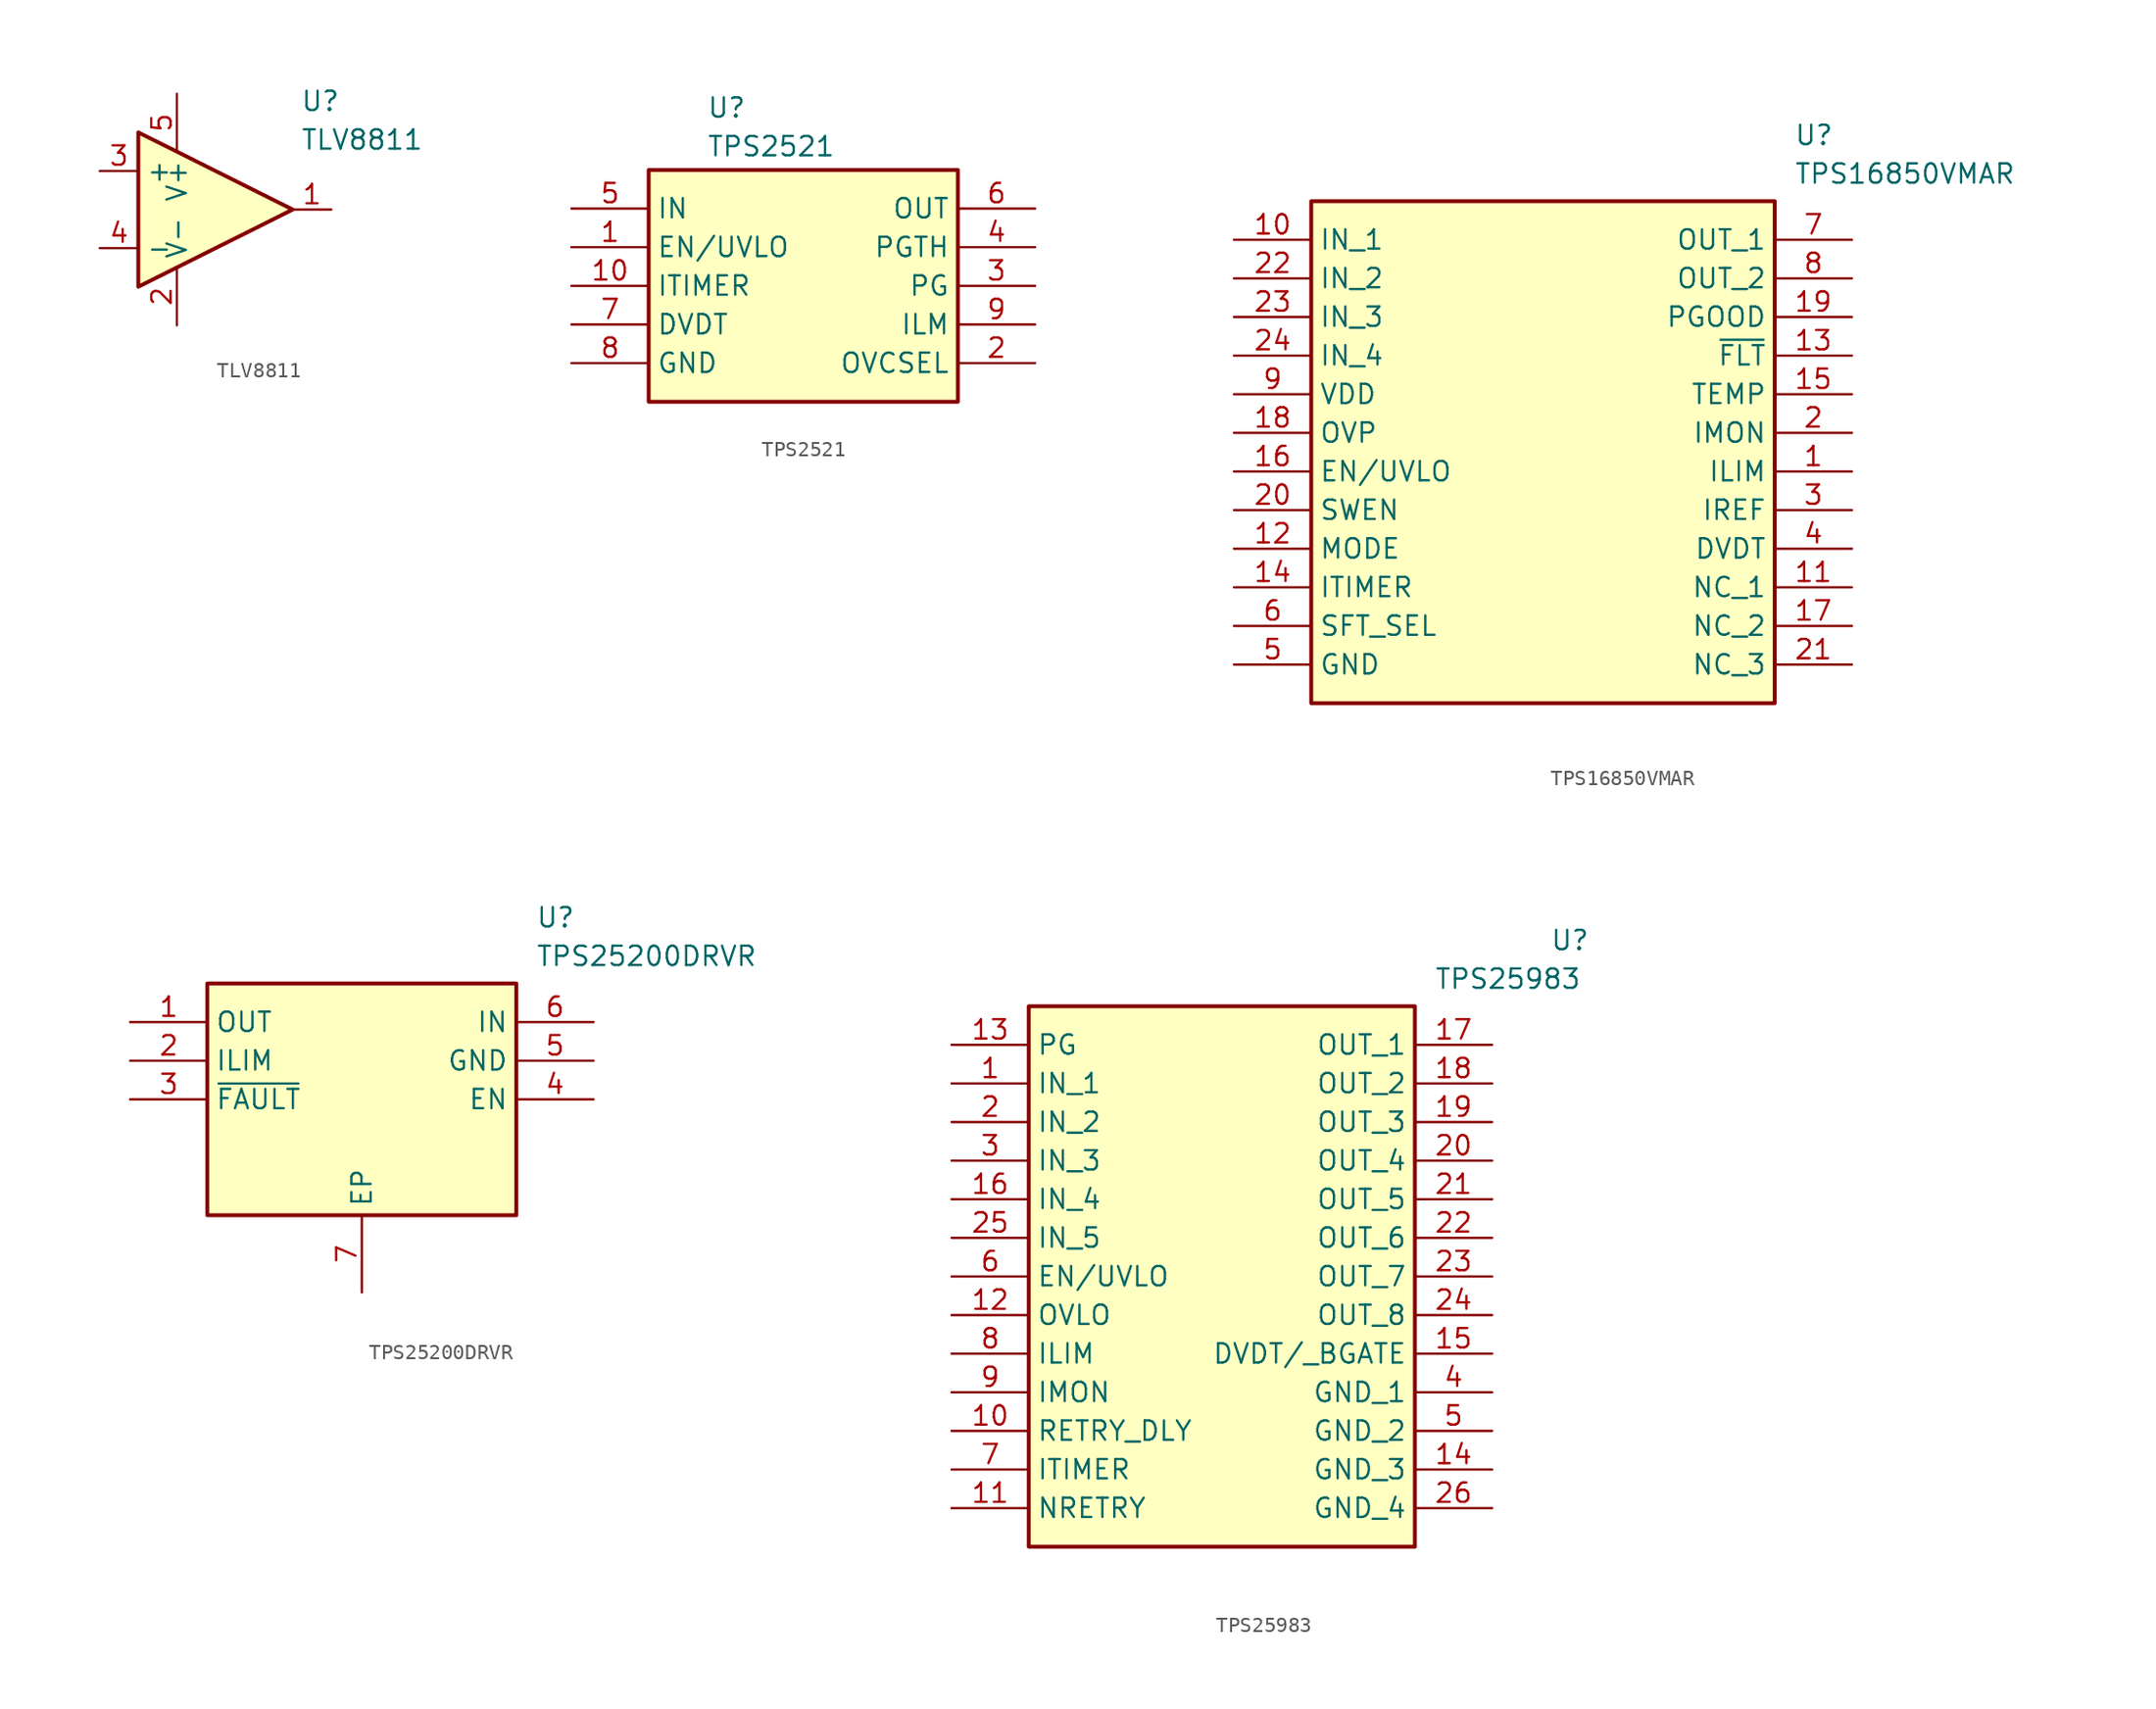
<source format=kicad_sym>
(kicad_symbol_lib
  (version 20241209)
  (generator "kicad_symbol_editor")
  (generator_version "9.0")
  (symbol "TLV8811"
    (property "Reference" "U"
      (at 8.128 7.874 0)
      (effects (font (size 1.27 1.27)) (justify left top)))
    (property "Value" "TLV8811"
      (at 8.128 5.334 0)
      (effects (font (size 1.27 1.27)) (justify left top)))
    (symbol "TLV8811_0_1"
      (polyline (pts (xy 7.62 0) (xy -2.54 5.08) (xy -2.54 -5.08) (xy 7.62 0)) (stroke (width 0.254) (type default)) (fill (type background))))
    (symbol "TLV8811_1_1"
      (pin input line (at -5.08 2.54 0) (length 2.54) (name "+" (effects (font (size 1.27 1.27)))) (number "3" (effects (font (size 1.27 1.27)))))
      (pin input line (at -5.08 -2.54 0) (length 2.54) (name "-" (effects (font (size 1.27 1.27)))) (number "4" (effects (font (size 1.27 1.27)))))
      (pin power_in line (at 0 7.62 270) (length 3.81) (name "V+" (effects (font (size 1.27 1.27)))) (number "5" (effects (font (size 1.27 1.27)))))
      (pin power_in line (at 0 -7.62 90) (length 3.81) (name "V-" (effects (font (size 1.27 1.27)))) (number "2" (effects (font (size 1.27 1.27)))))
      (pin output line (at 10.16 0 180) (length 2.54) (name "~" (effects (font (size 1.27 1.27)))) (number "1" (effects (font (size 1.27 1.27)))))))
  (symbol "TPS2521"
    (property "Reference" "U"
      (at 8.89 7.366 0)
      (effects (font (size 1.27 1.27)) (justify left top)))
    (property "Value" "TPS2521"
      (at 8.89 4.826 0)
      (effects (font (size 1.27 1.27)) (justify left top)))
    (symbol "TPS2521_1_1"
      (rectangle (start 5.08 2.54) (end 25.4 -12.7) (stroke (width 0.254) (type default)) (fill (type background)))
      (pin passive line (at 0 0 0) (length 5.08) (name "IN" (effects (font (size 1.27 1.27)))) (number "5" (effects (font (size 1.27 1.27)))))
      (pin passive line (at 0 -2.54 0) (length 5.08) (name "EN/UVLO" (effects (font (size 1.27 1.27)))) (number "1" (effects (font (size 1.27 1.27)))))
      (pin passive line (at 0 -5.08 0) (length 5.08) (name "ITIMER" (effects (font (size 1.27 1.27)))) (number "10" (effects (font (size 1.27 1.27)))))
      (pin passive line (at 0 -7.62 0) (length 5.08) (name "DVDT" (effects (font (size 1.27 1.27)))) (number "7" (effects (font (size 1.27 1.27)))))
      (pin passive line (at 0 -10.16 0) (length 5.08) (name "GND" (effects (font (size 1.27 1.27)))) (number "8" (effects (font (size 1.27 1.27)))))
      (pin passive line (at 30.48 0 180) (length 5.08) (name "OUT" (effects (font (size 1.27 1.27)))) (number "6" (effects (font (size 1.27 1.27)))))
      (pin passive line (at 30.48 -2.54 180) (length 5.08) (name "PGTH" (effects (font (size 1.27 1.27)))) (number "4" (effects (font (size 1.27 1.27)))))
      (pin passive line (at 30.48 -5.08 180) (length 5.08) (name "PG" (effects (font (size 1.27 1.27)))) (number "3" (effects (font (size 1.27 1.27)))))
      (pin passive line (at 30.48 -7.62 180) (length 5.08) (name "ILM" (effects (font (size 1.27 1.27)))) (number "9" (effects (font (size 1.27 1.27)))))
      (pin passive line (at 30.48 -10.16 180) (length 5.08) (name "OVCSEL" (effects (font (size 1.27 1.27)))) (number "2" (effects (font (size 1.27 1.27)))))))
  (symbol "TPS16850VMAR"
    (property "Reference" "U"
      (at 36.83 7.62 0)
      (effects (font (size 1.27 1.27)) (justify left top)))
    (property "Value" "TPS16850VMAR"
      (at 36.83 5.08 0)
      (effects (font (size 1.27 1.27)) (justify left top)))
    (symbol "TPS16850VMAR_1_1"
      (rectangle (start 5.08 2.54) (end 35.56 -30.48) (stroke (width 0.254) (type default)) (fill (type background)))
      (pin passive line (at 0 0 0) (length 5.08) (name "IN_1" (effects (font (size 1.27 1.27)))) (number "10" (effects (font (size 1.27 1.27)))))
      (pin passive line (at 0 -2.54 0) (length 5.08) (name "IN_2" (effects (font (size 1.27 1.27)))) (number "22" (effects (font (size 1.27 1.27)))))
      (pin passive line (at 0 -5.08 0) (length 5.08) (name "IN_3" (effects (font (size 1.27 1.27)))) (number "23" (effects (font (size 1.27 1.27)))))
      (pin passive line (at 0 -7.62 0) (length 5.08) (name "IN_4" (effects (font (size 1.27 1.27)))) (number "24" (effects (font (size 1.27 1.27)))))
      (pin passive line (at 0 -10.16 0) (length 5.08) (name "VDD" (effects (font (size 1.27 1.27)))) (number "9" (effects (font (size 1.27 1.27)))))
      (pin passive line (at 0 -12.7 0) (length 5.08) (name "OVP" (effects (font (size 1.27 1.27)))) (number "18" (effects (font (size 1.27 1.27)))))
      (pin passive line (at 0 -15.24 0) (length 5.08) (name "EN/UVLO" (effects (font (size 1.27 1.27)))) (number "16" (effects (font (size 1.27 1.27)))))
      (pin passive line (at 0 -17.78 0) (length 5.08) (name "SWEN" (effects (font (size 1.27 1.27)))) (number "20" (effects (font (size 1.27 1.27)))))
      (pin passive line (at 0 -20.32 0) (length 5.08) (name "MODE" (effects (font (size 1.27 1.27)))) (number "12" (effects (font (size 1.27 1.27)))))
      (pin passive line (at 0 -22.86 0) (length 5.08) (name "ITIMER" (effects (font (size 1.27 1.27)))) (number "14" (effects (font (size 1.27 1.27)))))
      (pin passive line (at 0 -25.4 0) (length 5.08) (name "SFT_SEL" (effects (font (size 1.27 1.27)))) (number "6" (effects (font (size 1.27 1.27)))))
      (pin passive line (at 0 -27.94 0) (length 5.08) (name "GND" (effects (font (size 1.27 1.27)))) (number "5" (effects (font (size 1.27 1.27)))))
      (pin passive line (at 40.64 0 180) (length 5.08) (name "OUT_1" (effects (font (size 1.27 1.27)))) (number "7" (effects (font (size 1.27 1.27)))))
      (pin passive line (at 40.64 -2.54 180) (length 5.08) (name "OUT_2" (effects (font (size 1.27 1.27)))) (number "8" (effects (font (size 1.27 1.27)))))
      (pin passive line (at 40.64 -5.08 180) (length 5.08) (name "PGOOD" (effects (font (size 1.27 1.27)))) (number "19" (effects (font (size 1.27 1.27)))))
      (pin passive line (at 40.64 -7.62 180) (length 5.08) (name "~{FLT}" (effects (font (size 1.27 1.27)))) (number "13" (effects (font (size 1.27 1.27)))))
      (pin passive line (at 40.64 -10.16 180) (length 5.08) (name "TEMP" (effects (font (size 1.27 1.27)))) (number "15" (effects (font (size 1.27 1.27)))))
      (pin passive line (at 40.64 -12.7 180) (length 5.08) (name "IMON" (effects (font (size 1.27 1.27)))) (number "2" (effects (font (size 1.27 1.27)))))
      (pin passive line (at 40.64 -15.24 180) (length 5.08) (name "ILIM" (effects (font (size 1.27 1.27)))) (number "1" (effects (font (size 1.27 1.27)))))
      (pin passive line (at 40.64 -17.78 180) (length 5.08) (name "IREF" (effects (font (size 1.27 1.27)))) (number "3" (effects (font (size 1.27 1.27)))))
      (pin passive line (at 40.64 -20.32 180) (length 5.08) (name "DVDT" (effects (font (size 1.27 1.27)))) (number "4" (effects (font (size 1.27 1.27)))))
      (pin passive line (at 40.64 -22.86 180) (length 5.08) (name "NC_1" (effects (font (size 1.27 1.27)))) (number "11" (effects (font (size 1.27 1.27)))))
      (pin passive line (at 40.64 -25.4 180) (length 5.08) (name "NC_2" (effects (font (size 1.27 1.27)))) (number "17" (effects (font (size 1.27 1.27)))))
      (pin passive line (at 40.64 -27.94 180) (length 5.08) (name "NC_3" (effects (font (size 1.27 1.27)))) (number "21" (effects (font (size 1.27 1.27)))))))
  (symbol "TPS25200DRVR"
    (property "Reference" "U"
      (at 26.67 7.62 0)
      (effects (font (size 1.27 1.27)) (justify left top)))
    (property "Value" "TPS25200DRVR"
      (at 26.67 5.08 0)
      (effects (font (size 1.27 1.27)) (justify left top)))
    (symbol "TPS25200DRVR_1_1"
      (rectangle (start 5.08 2.54) (end 25.4 -12.7) (stroke (width 0.254) (type default)) (fill (type background)))
      (pin passive line (at 0 0 0) (length 5.08) (name "OUT" (effects (font (size 1.27 1.27)))) (number "1" (effects (font (size 1.27 1.27)))))
      (pin passive line (at 0 -2.54 0) (length 5.08) (name "ILIM" (effects (font (size 1.27 1.27)))) (number "2" (effects (font (size 1.27 1.27)))))
      (pin passive line (at 0 -5.08 0) (length 5.08) (name "~{FAULT}" (effects (font (size 1.27 1.27)))) (number "3" (effects (font (size 1.27 1.27)))))
      (pin passive line (at 15.24 -17.78 90) (length 5.08) (name "EP" (effects (font (size 1.27 1.27)))) (number "7" (effects (font (size 1.27 1.27)))))
      (pin passive line (at 30.48 0 180) (length 5.08) (name "IN" (effects (font (size 1.27 1.27)))) (number "6" (effects (font (size 1.27 1.27)))))
      (pin passive line (at 30.48 -2.54 180) (length 5.08) (name "GND" (effects (font (size 1.27 1.27)))) (number "5" (effects (font (size 1.27 1.27)))))
      (pin passive line (at 30.48 -5.08 180) (length 5.08) (name "EN" (effects (font (size 1.27 1.27)))) (number "4" (effects (font (size 1.27 1.27)))))))
  (symbol "TPS25983"
    (property "Reference" "U"
      (at 17.78 24.13 0)
      (effects (font (size 1.27 1.27)) (justify left top)))
    (property "Value" "TPS25983"
      (at 10.16 21.59 0)
      (effects (font (size 1.27 1.27)) (justify left top)))
    (symbol "TPS25983_1_1"
      (rectangle (start -16.51 19.05) (end 8.89 -16.51) (stroke (width 0.254) (type default)) (fill (type background)))
      (pin passive line (at -21.59 16.51 0) (length 5.08) (name "PG" (effects (font (size 1.27 1.27)))) (number "13" (effects (font (size 1.27 1.27)))))
      (pin passive line (at -21.59 13.97 0) (length 5.08) (name "IN_1" (effects (font (size 1.27 1.27)))) (number "1" (effects (font (size 1.27 1.27)))))
      (pin passive line (at -21.59 11.43 0) (length 5.08) (name "IN_2" (effects (font (size 1.27 1.27)))) (number "2" (effects (font (size 1.27 1.27)))))
      (pin passive line (at -21.59 8.89 0) (length 5.08) (name "IN_3" (effects (font (size 1.27 1.27)))) (number "3" (effects (font (size 1.27 1.27)))))
      (pin passive line (at -21.59 6.35 0) (length 5.08) (name "IN_4" (effects (font (size 1.27 1.27)))) (number "16" (effects (font (size 1.27 1.27)))))
      (pin passive line (at -21.59 3.81 0) (length 5.08) (name "IN_5" (effects (font (size 1.27 1.27)))) (number "25" (effects (font (size 1.27 1.27)))))
      (pin passive line (at -21.59 1.27 0) (length 5.08) (name "EN/UVLO" (effects (font (size 1.27 1.27)))) (number "6" (effects (font (size 1.27 1.27)))))
      (pin passive line (at -21.59 -1.27 0) (length 5.08) (name "OVLO" (effects (font (size 1.27 1.27)))) (number "12" (effects (font (size 1.27 1.27)))))
      (pin passive line (at -21.59 -3.81 0) (length 5.08) (name "ILIM" (effects (font (size 1.27 1.27)))) (number "8" (effects (font (size 1.27 1.27)))))
      (pin passive line (at -21.59 -6.35 0) (length 5.08) (name "IMON" (effects (font (size 1.27 1.27)))) (number "9" (effects (font (size 1.27 1.27)))))
      (pin passive line (at -21.59 -8.89 0) (length 5.08) (name "RETRY_DLY" (effects (font (size 1.27 1.27)))) (number "10" (effects (font (size 1.27 1.27)))))
      (pin passive line (at -21.59 -11.43 0) (length 5.08) (name "ITIMER" (effects (font (size 1.27 1.27)))) (number "7" (effects (font (size 1.27 1.27)))))
      (pin passive line (at -21.59 -13.97 0) (length 5.08) (name "NRETRY" (effects (font (size 1.27 1.27)))) (number "11" (effects (font (size 1.27 1.27)))))
      (pin passive line (at 13.97 16.51 180) (length 5.08) (name "OUT_1" (effects (font (size 1.27 1.27)))) (number "17" (effects (font (size 1.27 1.27)))))
      (pin passive line (at 13.97 13.97 180) (length 5.08) (name "OUT_2" (effects (font (size 1.27 1.27)))) (number "18" (effects (font (size 1.27 1.27)))))
      (pin passive line (at 13.97 11.43 180) (length 5.08) (name "OUT_3" (effects (font (size 1.27 1.27)))) (number "19" (effects (font (size 1.27 1.27)))))
      (pin passive line (at 13.97 8.89 180) (length 5.08) (name "OUT_4" (effects (font (size 1.27 1.27)))) (number "20" (effects (font (size 1.27 1.27)))))
      (pin passive line (at 13.97 6.35 180) (length 5.08) (name "OUT_5" (effects (font (size 1.27 1.27)))) (number "21" (effects (font (size 1.27 1.27)))))
      (pin passive line (at 13.97 3.81 180) (length 5.08) (name "OUT_6" (effects (font (size 1.27 1.27)))) (number "22" (effects (font (size 1.27 1.27)))))
      (pin passive line (at 13.97 1.27 180) (length 5.08) (name "OUT_7" (effects (font (size 1.27 1.27)))) (number "23" (effects (font (size 1.27 1.27)))))
      (pin passive line (at 13.97 -1.27 180) (length 5.08) (name "OUT_8" (effects (font (size 1.27 1.27)))) (number "24" (effects (font (size 1.27 1.27)))))
      (pin passive line (at 13.97 -3.81 180) (length 5.08) (name "DVDT/_BGATE" (effects (font (size 1.27 1.27)))) (number "15" (effects (font (size 1.27 1.27)))))
      (pin passive line (at 13.97 -6.35 180) (length 5.08) (name "GND_1" (effects (font (size 1.27 1.27)))) (number "4" (effects (font (size 1.27 1.27)))))
      (pin passive line (at 13.97 -8.89 180) (length 5.08) (name "GND_2" (effects (font (size 1.27 1.27)))) (number "5" (effects (font (size 1.27 1.27)))))
      (pin passive line (at 13.97 -11.43 180) (length 5.08) (name "GND_3" (effects (font (size 1.27 1.27)))) (number "14" (effects (font (size 1.27 1.27)))))
      (pin passive line (at 13.97 -13.97 180) (length 5.08) (name "GND_4" (effects (font (size 1.27 1.27)))) (number "26" (effects (font (size 1.27 1.27))))))))
</source>
